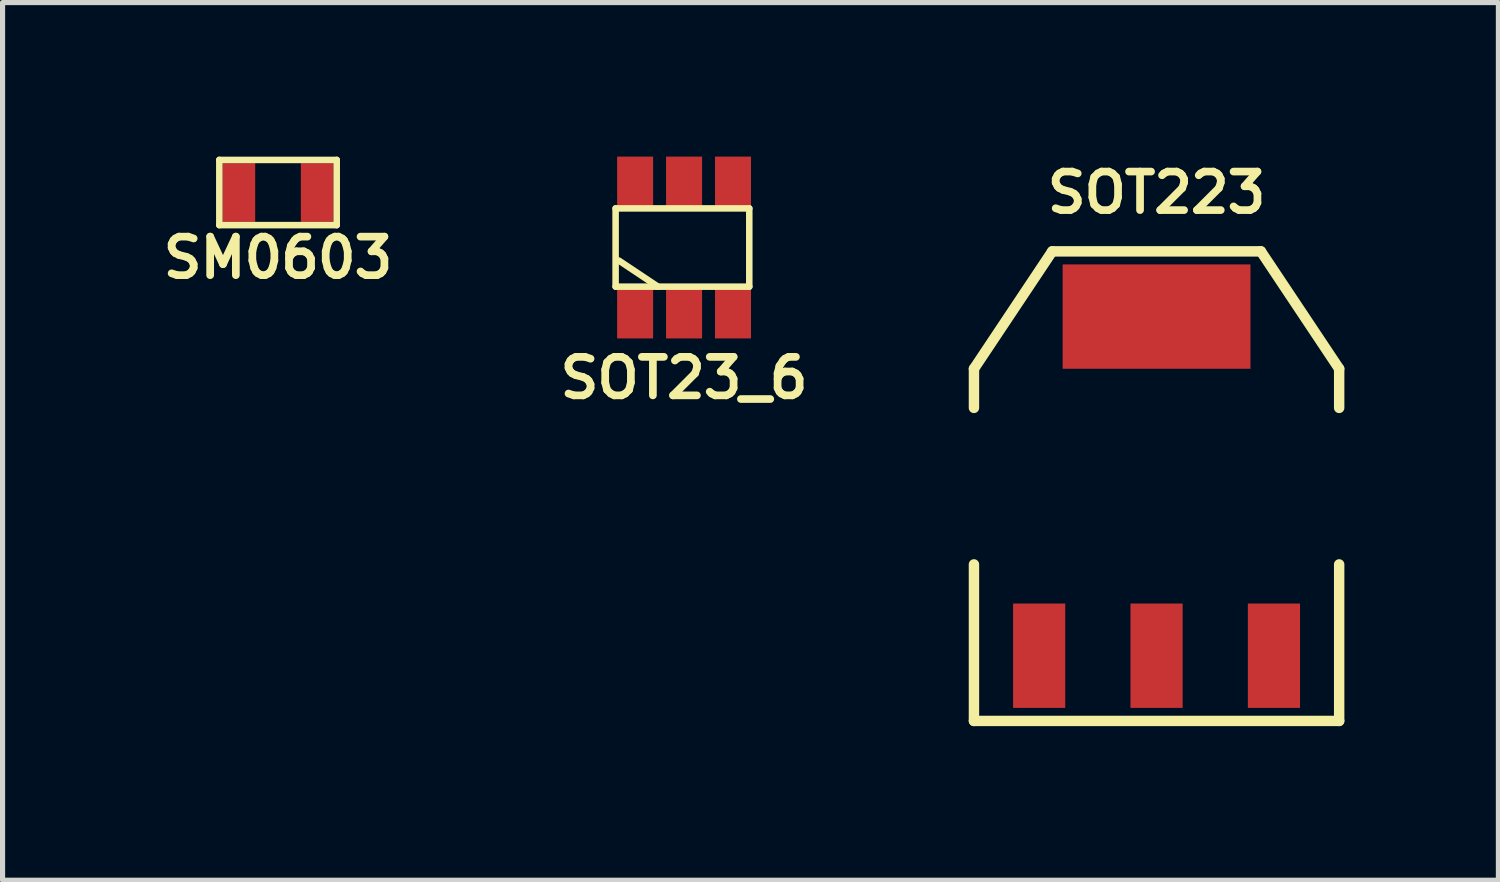
<source format=kicad_pcb>
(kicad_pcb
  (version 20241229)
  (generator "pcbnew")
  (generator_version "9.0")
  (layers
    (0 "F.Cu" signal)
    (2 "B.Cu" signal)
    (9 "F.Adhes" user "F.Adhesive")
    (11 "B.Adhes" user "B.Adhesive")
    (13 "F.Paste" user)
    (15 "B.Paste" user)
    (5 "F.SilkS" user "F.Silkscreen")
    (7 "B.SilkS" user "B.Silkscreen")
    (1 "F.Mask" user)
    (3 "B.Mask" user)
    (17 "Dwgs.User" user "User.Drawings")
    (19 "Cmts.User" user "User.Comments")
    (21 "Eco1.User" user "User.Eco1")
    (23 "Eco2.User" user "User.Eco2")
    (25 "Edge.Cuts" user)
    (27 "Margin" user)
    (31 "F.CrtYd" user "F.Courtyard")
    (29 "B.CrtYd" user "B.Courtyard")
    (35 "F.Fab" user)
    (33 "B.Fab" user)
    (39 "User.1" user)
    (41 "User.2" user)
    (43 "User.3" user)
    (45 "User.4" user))
  (footprint "SM0603"
    (layer "F.Cu")
    (at 2.364 0.699)
    (property "Reference" "SM0603" (at 0 1.27 180) (layer "F.SilkS") (effects (font (size 0.75 0.75) (thickness 0.15))))
    (attr smd)
    (fp_line (start -1.143 -0.635) (end 1.143 -0.635) (stroke (width 0.127) (type solid)) (layer "F.SilkS"))
    (fp_line (start -1.143 0.635) (end -1.143 -0.635) (stroke (width 0.127) (type solid)) (layer "F.SilkS"))
    (fp_line (start 1.143 -0.635) (end 1.143 0.635) (stroke (width 0.127) (type solid)) (layer "F.SilkS"))
    (fp_line (start 1.143 0.635) (end -1.143 0.635) (stroke (width 0.127) (type solid)) (layer "F.SilkS"))
    (pad "1" smd rect (at -0.762 0) (size 0.635 1.143) (layers "F.Cu" "F.Mask" "F.Paste"))
    (pad "2" smd rect (at 0.762 0) (size 0.635 1.143) (layers "F.Cu" "F.Mask" "F.Paste")))
  (footprint "SOT223"
    (layer "F.Cu")
    (at 19.472 6.417)
    (property "Reference" "SOT223" (at 0 -5.715 0) (layer "F.SilkS") (effects (font (size 0.75 0.75) (thickness 0.15))))
    (attr smd)
    (fp_line (start -3.556 -2.286) (end -2.032 -4.572) (stroke (width 0.203) (type solid)) (layer "F.SilkS"))
    (fp_line (start -3.556 -1.524) (end -3.556 -2.286) (stroke (width 0.203) (type solid)) (layer "F.SilkS"))
    (fp_line (start -3.556 1.524) (end -3.556 4.572) (stroke (width 0.203) (type solid)) (layer "F.SilkS"))
    (fp_line (start -3.556 4.572) (end 3.556 4.572) (stroke (width 0.203) (type solid)) (layer "F.SilkS"))
    (fp_line (start -2.032 -4.572) (end 2.032 -4.572) (stroke (width 0.203) (type solid)) (layer "F.SilkS"))
    (fp_line (start 2.032 -4.572) (end 3.556 -2.286) (stroke (width 0.203) (type solid)) (layer "F.SilkS"))
    (fp_line (start 3.556 -2.286) (end 3.556 -1.524) (stroke (width 0.203) (type solid)) (layer "F.SilkS"))
    (fp_line (start 3.556 4.572) (end 3.556 1.524) (stroke (width 0.203) (type solid)) (layer "F.SilkS"))
    (pad "1" smd rect (at -2.286 3.302) (size 1.016 2.032) (layers "F.Cu" "F.Mask" "F.Paste"))
    (pad "2" smd rect (at 0 3.302) (size 1.016 2.032) (layers "F.Cu" "F.Mask" "F.Paste"))
    (pad "3" smd rect (at 2.286 3.302) (size 1.016 2.032) (layers "F.Cu" "F.Mask" "F.Paste"))
    (pad "4" smd rect (at 0 -3.302) (size 3.658 2.032) (layers "F.Cu" "F.Mask" "F.Paste")))
  (footprint "SOT23_6"
    (layer "F.Cu")
    (at 10.271 1.77)
    (property "Reference" "SOT23_6" (at 0 2.54 0) (layer "F.SilkS") (effects (font (size 0.75 0.75) (thickness 0.15))))
    (attr through_hole)
    (fp_line (start -1.333 -0.762) (end 1.27 -0.762) (stroke (width 0.127) (type solid)) (layer "F.SilkS"))
    (fp_line (start -1.333 0.762) (end -1.333 -0.762) (stroke (width 0.127) (type solid)) (layer "F.SilkS"))
    (fp_line (start -0.508 0.762) (end -1.27 0.254) (stroke (width 0.127) (type solid)) (layer "F.SilkS"))
    (fp_line (start 1.27 -0.762) (end 1.27 0.762) (stroke (width 0.127) (type solid)) (layer "F.SilkS"))
    (fp_line (start 1.27 0.762) (end -1.333 0.762) (stroke (width 0.127) (type solid)) (layer "F.SilkS"))
    (pad "1" smd rect (at -0.953 1.27) (size 0.701 1.001) (layers "F.Cu" "F.Mask" "F.Paste"))
    (pad "2" smd rect (at 0 1.27) (size 0.701 1.001) (layers "F.Cu" "F.Mask" "F.Paste"))
    (pad "3" smd rect (at 0.953 1.27) (size 0.701 1.001) (layers "F.Cu" "F.Mask" "F.Paste"))
    (pad "4" smd rect (at 0.953 -1.27) (size 0.701 1.001) (layers "F.Cu" "F.Mask" "F.Paste"))
    (pad "5" smd rect (at 0 -1.27) (size 0.701 1.001) (layers "F.Cu" "F.Mask" "F.Paste"))
    (pad "6" smd rect (at -0.953 -1.27) (size 0.701 1.001) (layers "F.Cu" "F.Mask" "F.Paste")))
  (gr_rect
    (start -3 -3)
    (end 26.129 14.091)
    (stroke (width 0.1) (type default))
    (fill no)
    (layer "Edge.Cuts")))
</source>
